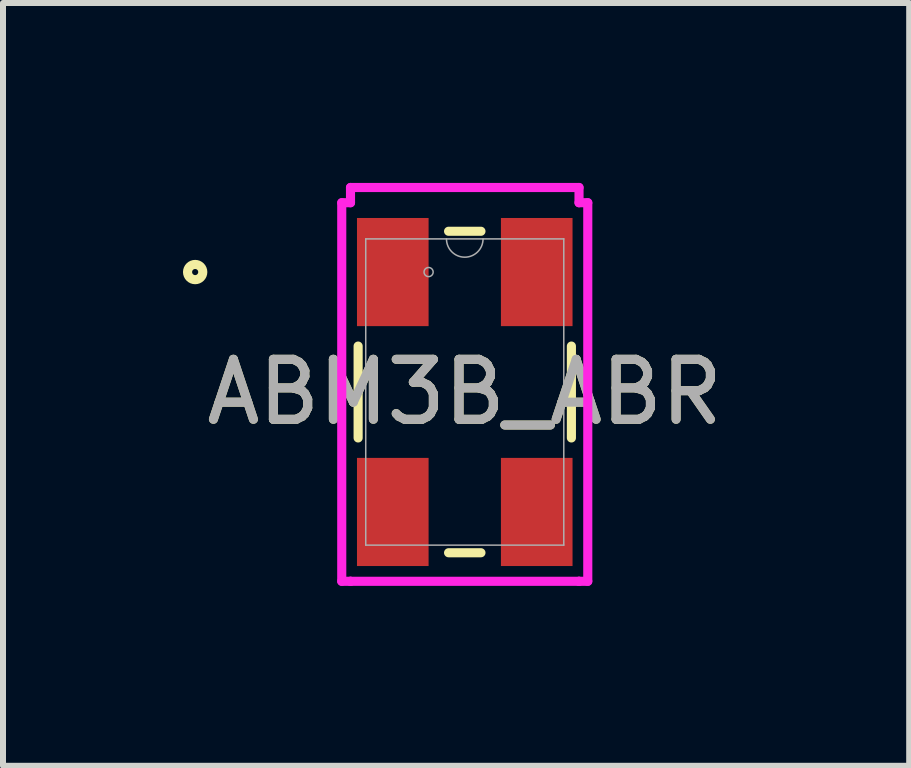
<source format=kicad_pcb>
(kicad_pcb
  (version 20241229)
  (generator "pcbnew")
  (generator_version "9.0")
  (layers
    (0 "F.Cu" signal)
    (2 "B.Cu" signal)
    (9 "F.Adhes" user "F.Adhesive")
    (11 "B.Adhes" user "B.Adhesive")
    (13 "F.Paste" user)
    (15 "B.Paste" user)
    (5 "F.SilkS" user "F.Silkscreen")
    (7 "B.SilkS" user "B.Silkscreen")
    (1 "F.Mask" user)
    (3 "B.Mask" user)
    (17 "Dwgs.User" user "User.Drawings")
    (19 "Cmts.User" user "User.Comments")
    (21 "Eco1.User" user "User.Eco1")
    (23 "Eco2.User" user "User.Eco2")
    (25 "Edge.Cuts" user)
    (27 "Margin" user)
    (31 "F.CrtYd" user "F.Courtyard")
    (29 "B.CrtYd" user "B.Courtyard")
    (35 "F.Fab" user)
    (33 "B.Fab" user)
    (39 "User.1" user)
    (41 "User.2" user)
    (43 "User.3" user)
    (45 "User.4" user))
  (footprint "ABM3B_ABR"
    (layer "F.Cu")
    (at 4.699 3.486)
    (property "Reference" "ABM3B_ABR" (at 0 0 0) (unlocked yes) (layer "F.SilkS") (effects (font (size 1 1) (thickness 0.15))))
    (attr smd)
    (fp_line (start -1.778 -0.766) (end -1.778 0.766) (stroke (width 0.152) (type solid)) (layer "F.SilkS"))
    (fp_line (start -0.27 2.68) (end 0.27 2.68) (stroke (width 0.152) (type solid)) (layer "F.SilkS"))
    (fp_line (start 0.27 -2.68) (end -0.27 -2.68) (stroke (width 0.152) (type solid)) (layer "F.SilkS"))
    (fp_line (start 1.778 0.766) (end 1.778 -0.766) (stroke (width 0.152) (type solid)) (layer "F.SilkS"))
    (fp_circle (center -4.495 -2) (end -4.368 -2) (stroke (width 0.152) (type solid)) (fill no) (layer "F.SilkS"))
    (fp_line (start -2.051 -3.156) (end -1.905 -3.156) (stroke (width 0.152) (type solid)) (layer "F.CrtYd"))
    (fp_line (start -2.051 3.156) (end -2.051 -3.156) (stroke (width 0.152) (type solid)) (layer "F.CrtYd"))
    (fp_line (start -2.051 3.156) (end -1.905 3.156) (stroke (width 0.152) (type solid)) (layer "F.CrtYd"))
    (fp_line (start -1.905 -3.41) (end 1.905 -3.41) (stroke (width 0.152) (type solid)) (layer "F.CrtYd"))
    (fp_line (start -1.905 -3.156) (end -1.905 -3.41) (stroke (width 0.152) (type solid)) (layer "F.CrtYd"))
    (fp_line (start -1.905 3.156) (end -1.905 3.156) (stroke (width 0.152) (type solid)) (layer "F.CrtYd"))
    (fp_line (start 1.905 -3.41) (end 1.905 -3.156) (stroke (width 0.152) (type solid)) (layer "F.CrtYd"))
    (fp_line (start 1.905 3.156) (end -1.905 3.156) (stroke (width 0.152) (type solid)) (layer "F.CrtYd"))
    (fp_line (start 1.905 3.156) (end 1.905 3.156) (stroke (width 0.152) (type solid)) (layer "F.CrtYd"))
    (fp_line (start 2.051 -3.156) (end 1.905 -3.156) (stroke (width 0.152) (type solid)) (layer "F.CrtYd"))
    (fp_line (start 2.051 -3.156) (end 2.051 3.156) (stroke (width 0.152) (type solid)) (layer "F.CrtYd"))
    (fp_line (start 2.051 3.156) (end 1.905 3.156) (stroke (width 0.152) (type solid)) (layer "F.CrtYd"))
    (fp_line (start -1.651 -2.553) (end -1.651 2.553) (stroke (width 0.025) (type solid)) (layer "F.Fab"))
    (fp_line (start -1.651 2.553) (end 1.651 2.553) (stroke (width 0.025) (type solid)) (layer "F.Fab"))
    (fp_line (start 1.651 -2.553) (end -1.651 -2.553) (stroke (width 0.025) (type solid)) (layer "F.Fab"))
    (fp_line (start 1.651 2.553) (end 1.651 -2.553) (stroke (width 0.025) (type solid)) (layer "F.Fab"))
    (fp_arc (start 0.3048 -2.5527) (mid 0 -2.2479) (end -0.3048 -2.5527) (stroke (width 0.0254) (type solid)) (layer "F.Fab"))
    (fp_circle (center -0.603 -2) (end -0.527 -2) (stroke (width 0.025) (type solid)) (fill no) (layer "F.Fab"))
    (fp_text user "${REFERENCE}" (at 0 0 0) (unlocked yes) (layer "F.Fab") (effects (font (size 1 1) (thickness 0.15))))
    (pad "1" smd rect (at -1.2 -2) (size 1.194 1.803) (layers "F.Cu" "F.Mask" "F.Paste"))
    (pad "2" smd rect (at -1.2 2) (size 1.194 1.803) (layers "F.Cu" "F.Mask" "F.Paste"))
    (pad "3" smd rect (at 1.2 2) (size 1.194 1.803) (layers "F.Cu" "F.Mask" "F.Paste"))
    (pad "4" smd rect (at 1.2 -2) (size 1.194 1.803) (layers "F.Cu" "F.Mask" "F.Paste")))
  (gr_rect
    (start -3 -3)
    (end 12.109 9.718)
    (stroke (width 0.1) (type default))
    (fill no)
    (layer "Edge.Cuts")))
</source>
